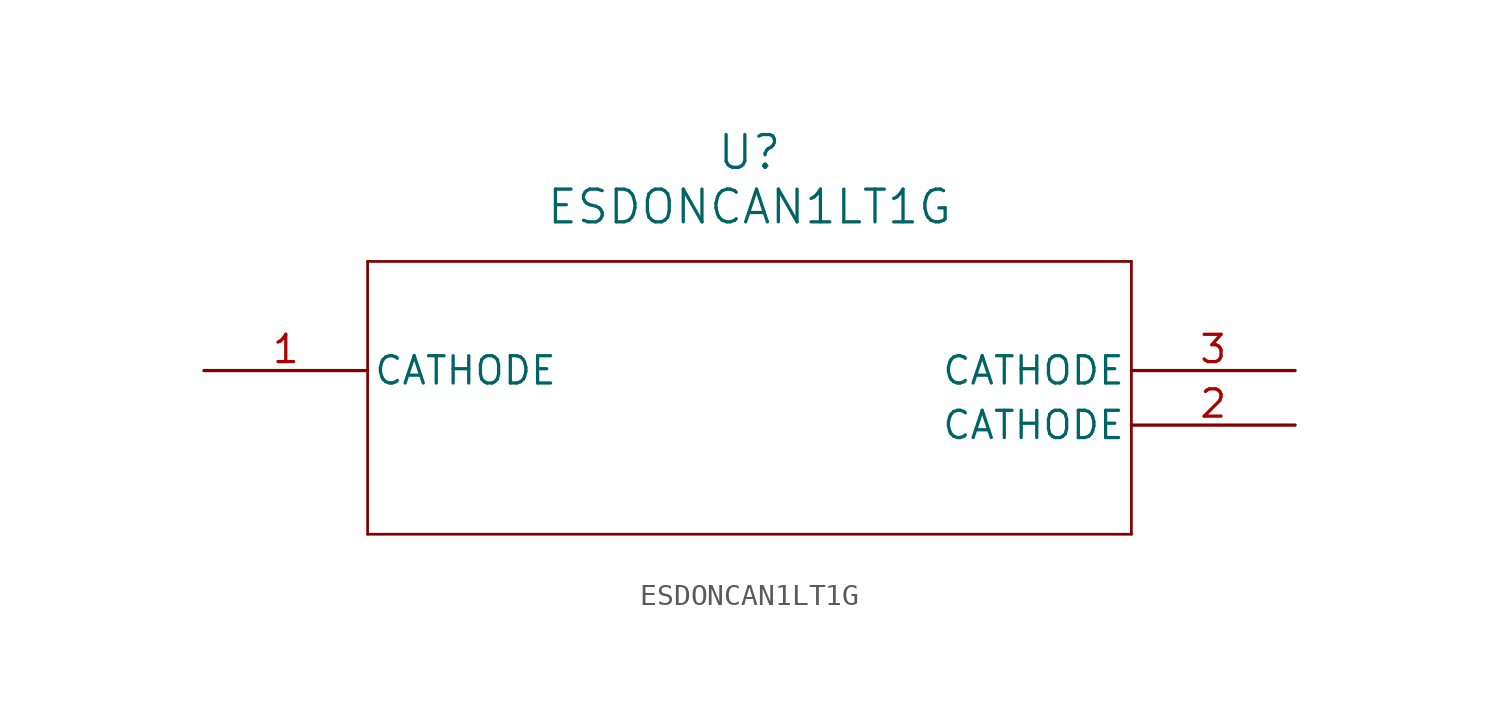
<source format=kicad_sym>
(kicad_symbol_lib
  (version 20211014)
  (generator kicad_symbol_editor)
  (symbol "ESDONCAN1LT1G"
    (pin_names
      (offset 0.254))
    (property "Reference" "U"
      (at 25.4 10.16 0)
      (effects (font (size 1.524 1.524))))
    (property "Value" "ESDONCAN1LT1G"
      (at 25.4 7.62 0)
      (effects (font (size 1.524 1.524))))
    (symbol "ESDONCAN1LT1G_0_1"
      (polyline (pts (xy 7.62 5.08) (xy 7.62 -7.62)) (stroke (width 0.127) (type default) (color 0 0 0 0)) (fill (type none)))
      (polyline (pts (xy 7.62 -7.62) (xy 43.18 -7.62)) (stroke (width 0.127) (type default) (color 0 0 0 0)) (fill (type none)))
      (polyline (pts (xy 43.18 -7.62) (xy 43.18 5.08)) (stroke (width 0.127) (type default) (color 0 0 0 0)) (fill (type none)))
      (polyline (pts (xy 43.18 5.08) (xy 7.62 5.08)) (stroke (width 0.127) (type default) (color 0 0 0 0)) (fill (type none)))
      (pin unspecified line (at 0 0 0) (length 7.62) (name "CATHODE" (effects (font (size 1.27 1.27)))) (number "1" (effects (font (size 1.27 1.27)))))
      (pin unspecified line (at 50.8 -2.54 180) (length 7.62) (name "CATHODE" (effects (font (size 1.27 1.27)))) (number "2" (effects (font (size 1.27 1.27)))))
      (pin unspecified line (at 50.8 0 180) (length 7.62) (name "CATHODE" (effects (font (size 1.27 1.27)))) (number "3" (effects (font (size 1.27 1.27))))))))
</source>
